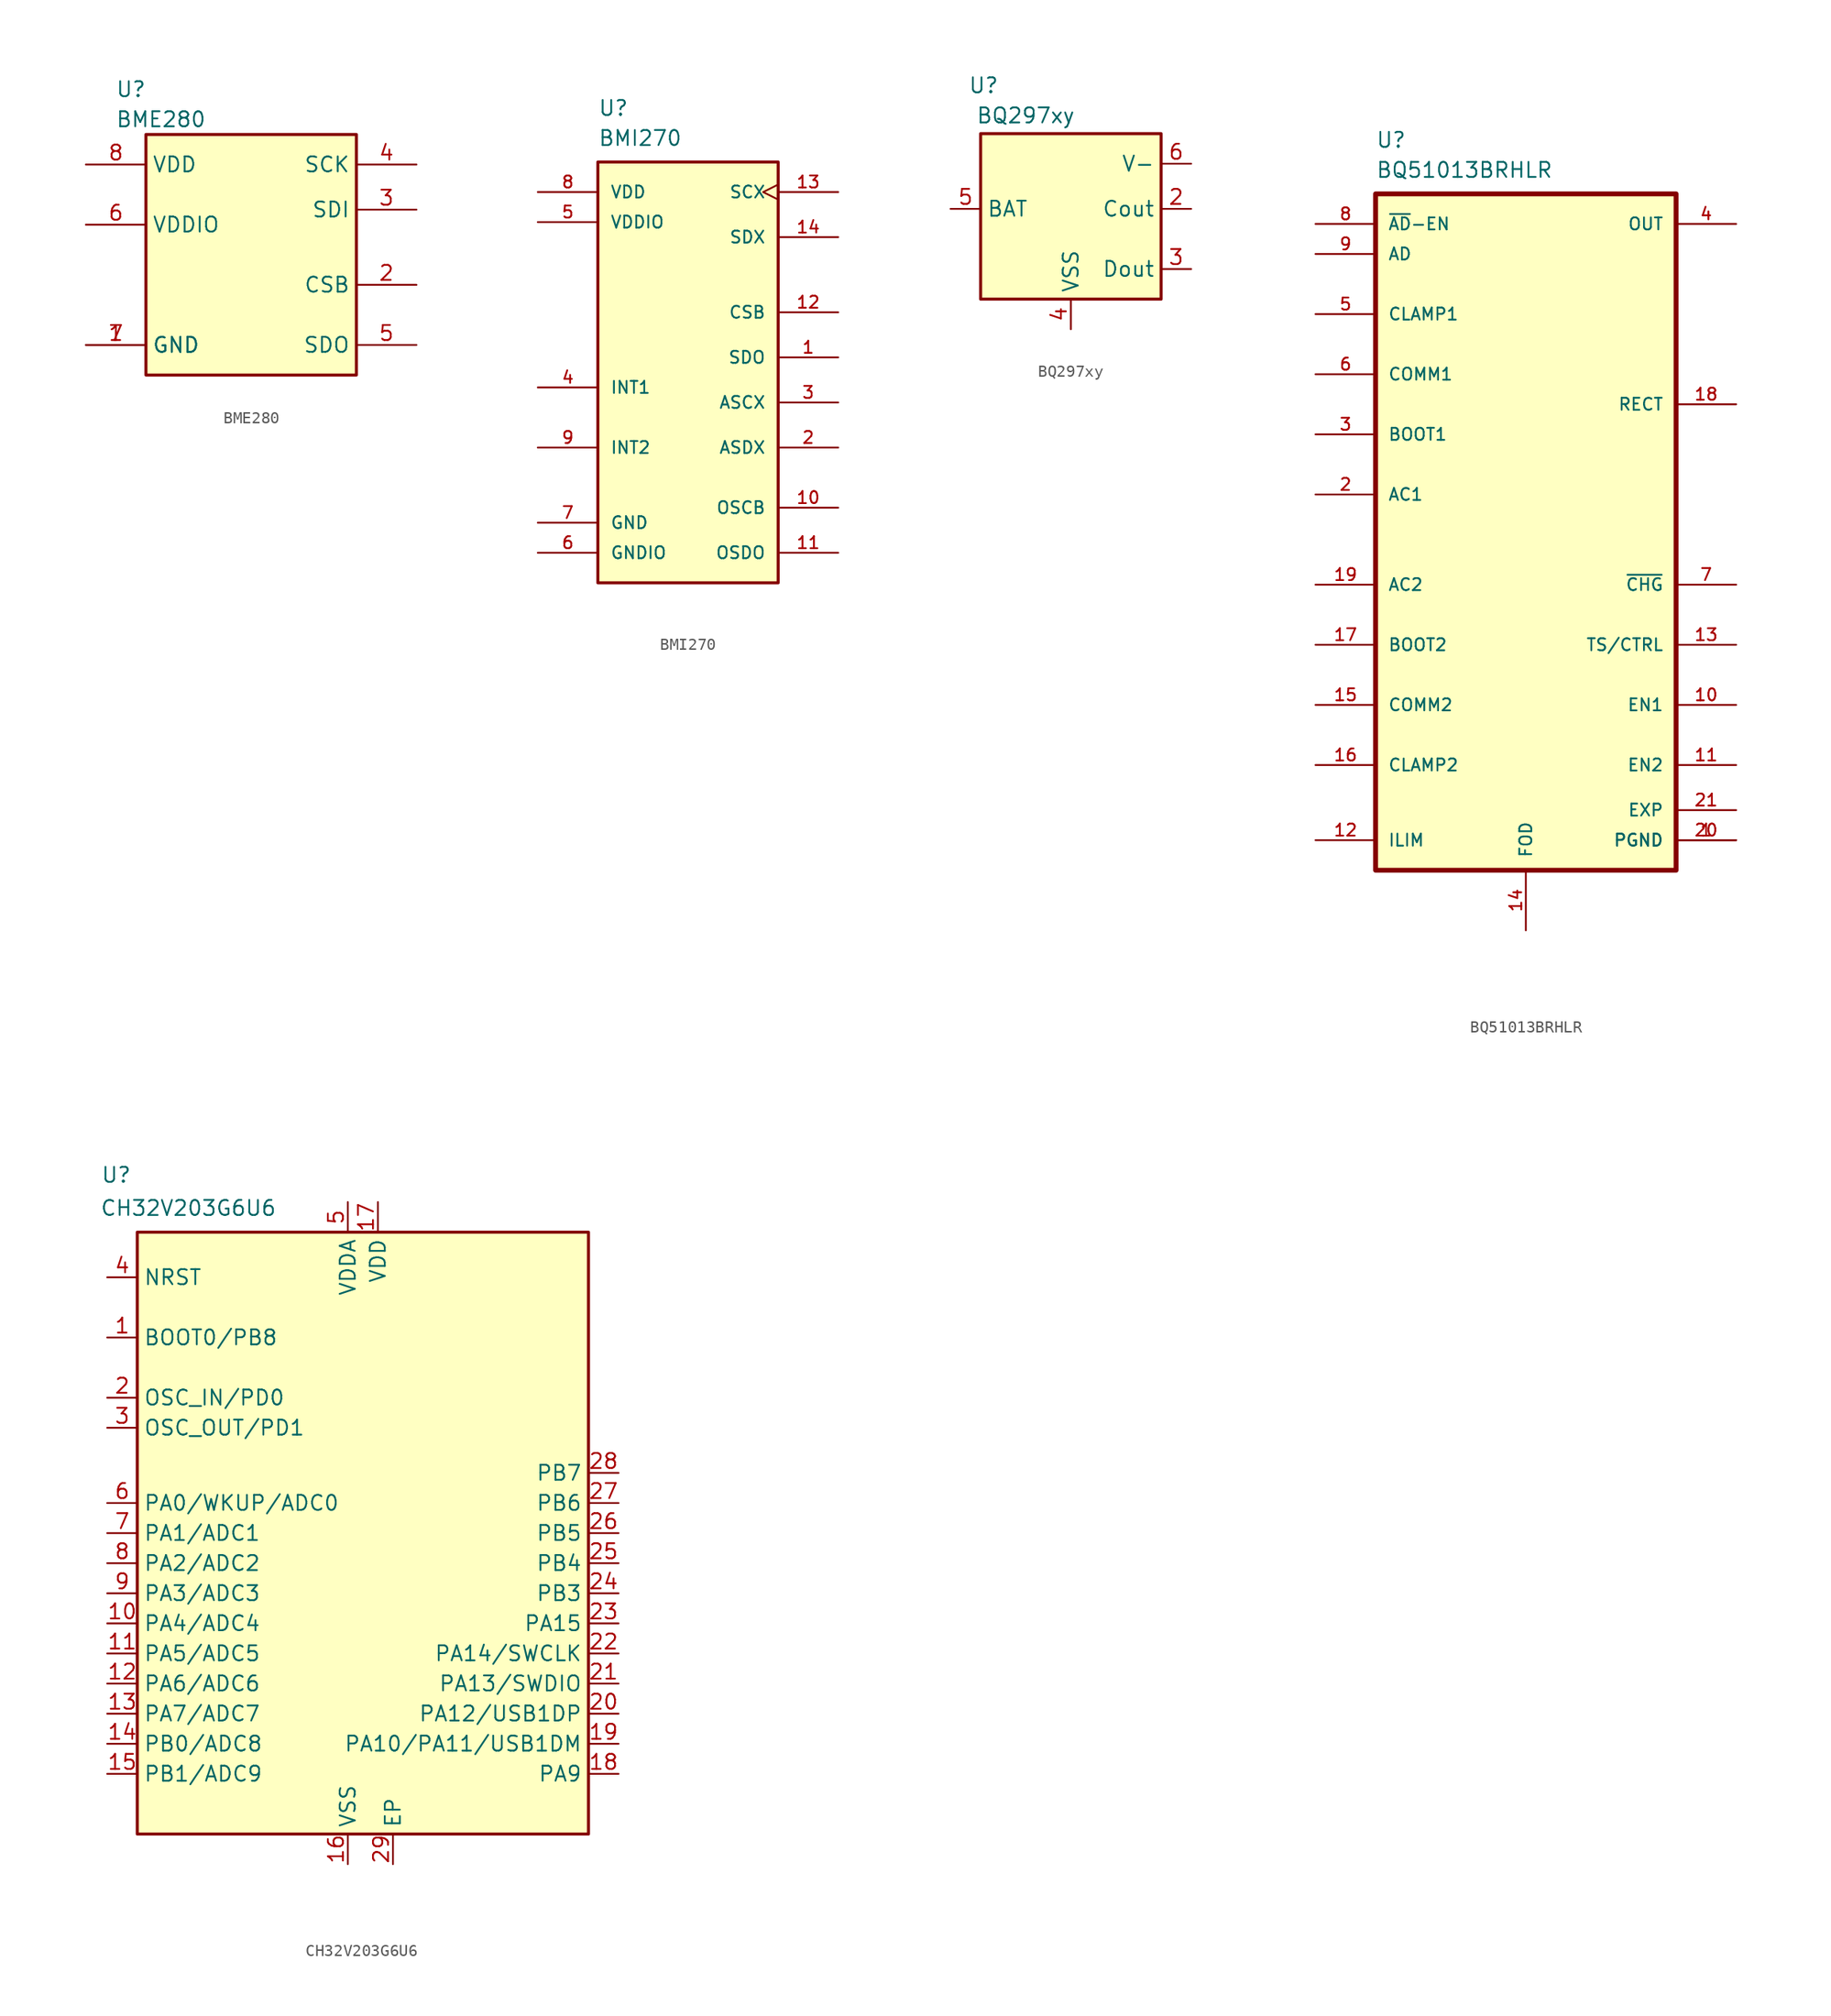
<source format=kicad_sym>
(kicad_symbol_lib
  (version 20241209)
  (generator "kicad_symbol_editor")
  (generator_version "9.0")
  (symbol "BME280"
    (property "Reference" "U"
      (at -10.16 13.97 0)
      (effects (font (size 1.27 1.27))))
    (property "Value" "BME280"
      (at -7.62 11.43 0)
      (effects (font (size 1.27 1.27))))
    (symbol "BME280_0_1"
      (rectangle (start -8.89 10.16) (end 8.89 -10.16) (stroke (width 0.254) (type default)) (fill (type background))))
    (symbol "BME280_1_1"
      (pin power_in line (at -13.97 7.62 0) (length 5.08) (name "VDD" (effects (font (size 1.27 1.27)))) (number "8" (effects (font (size 1.27 1.27)))))
      (pin power_in line (at -13.97 2.54 0) (length 5.08) (name "VDDIO" (effects (font (size 1.27 1.27)))) (number "6" (effects (font (size 1.27 1.27)))))
      (pin power_in line (at -13.97 -7.62 0) (length 5.08) (name "GND" (effects (font (size 1.27 1.27)))) (number "1" (effects (font (size 1.27 1.27)))))
      (pin power_in line (at -13.97 -7.62 0) (length 5.08) (name "GND" (effects (font (size 1.27 1.27)))) (number "7" (effects (font (size 1.27 1.27)))))
      (pin input line (at 13.97 7.62 180) (length 5.08) (name "SCK" (effects (font (size 1.27 1.27)))) (number "4" (effects (font (size 1.27 1.27)))))
      (pin bidirectional line (at 13.97 3.81 180) (length 5.08) (name "SDI" (effects (font (size 1.27 1.27)))) (number "3" (effects (font (size 1.27 1.27)))))
      (pin input line (at 13.97 -2.54 180) (length 5.08) (name "CSB" (effects (font (size 1.27 1.27)))) (number "2" (effects (font (size 1.27 1.27)))))
      (pin bidirectional line (at 13.97 -7.62 180) (length 5.08) (name "SDO" (effects (font (size 1.27 1.27)))) (number "5" (effects (font (size 1.27 1.27)))))))
  (symbol "BMI270"
    (pin_names
      (offset 1.016))
    (property "Reference" "U"
      (at -7.62 21.59 0)
      (effects (font (size 1.27 1.27)) (justify left bottom)))
    (property "Value" "BMI270"
      (at -7.62 19.05 0)
      (effects (font (size 1.27 1.27)) (justify left bottom)))
    (symbol "BMI270_0_0"
      (rectangle (start -7.62 17.78) (end 7.62 -17.78) (stroke (width 0.254) (type default)) (fill (type background)))
      (pin power_in line (at -12.7 15.24 0) (length 5.08) (name "VDD" (effects (font (size 1.016 1.016)))) (number "8" (effects (font (size 1.016 1.016)))))
      (pin power_in line (at -12.7 12.7 0) (length 5.08) (name "VDDIO" (effects (font (size 1.016 1.016)))) (number "5" (effects (font (size 1.016 1.016)))))
      (pin bidirectional line (at -12.7 -1.27 0) (length 5.08) (name "INT1" (effects (font (size 1.016 1.016)))) (number "4" (effects (font (size 1.016 1.016)))))
      (pin bidirectional line (at -12.7 -6.35 0) (length 5.08) (name "INT2" (effects (font (size 1.016 1.016)))) (number "9" (effects (font (size 1.016 1.016)))))
      (pin power_in line (at -12.7 -12.7 0) (length 5.08) (name "GND" (effects (font (size 1.016 1.016)))) (number "7" (effects (font (size 1.016 1.016)))))
      (pin power_in line (at -12.7 -15.24 0) (length 5.08) (name "GNDIO" (effects (font (size 1.016 1.016)))) (number "6" (effects (font (size 1.016 1.016)))))
      (pin input clock (at 12.7 15.24 180) (length 5.08) (name "SCX" (effects (font (size 1.016 1.016)))) (number "13" (effects (font (size 1.016 1.016)))))
      (pin bidirectional line (at 12.7 11.43 180) (length 5.08) (name "SDX" (effects (font (size 1.016 1.016)))) (number "14" (effects (font (size 1.016 1.016)))))
      (pin input line (at 12.7 5.08 180) (length 5.08) (name "CSB" (effects (font (size 1.016 1.016)))) (number "12" (effects (font (size 1.016 1.016)))))
      (pin bidirectional line (at 12.7 1.27 180) (length 5.08) (name "SDO" (effects (font (size 1.016 1.016)))) (number "1" (effects (font (size 1.016 1.016)))))
      (pin bidirectional line (at 12.7 -2.54 180) (length 5.08) (name "ASCX" (effects (font (size 1.016 1.016)))) (number "3" (effects (font (size 1.016 1.016)))))
      (pin bidirectional line (at 12.7 -6.35 180) (length 5.08) (name "ASDX" (effects (font (size 1.016 1.016)))) (number "2" (effects (font (size 1.016 1.016)))))
      (pin input line (at 12.7 -11.43 180) (length 5.08) (name "OSCB" (effects (font (size 1.016 1.016)))) (number "10" (effects (font (size 1.016 1.016)))))
      (pin output line (at 12.7 -15.24 180) (length 5.08) (name "OSDO" (effects (font (size 1.016 1.016)))) (number "11" (effects (font (size 1.016 1.016)))))))
  (symbol "BQ297xy"
    (property "Reference" "U"
      (at -7.366 9.144 0)
      (effects (font (size 1.27 1.27))))
    (property "Value" "BQ297xy"
      (at -3.81 6.604 0)
      (effects (font (size 1.27 1.27))))
    (symbol "BQ297xy_0_1"
      (rectangle (start -7.62 5.08) (end 7.62 -8.89) (stroke (width 0.254) (type default)) (fill (type background))))
    (symbol "BQ297xy_1_1"
      (pin input line (at -10.16 -1.27 0) (length 2.54) (name "BAT" (effects (font (size 1.27 1.27)))) (number "5" (effects (font (size 1.27 1.27)))))
      (pin power_in line (at 0 -11.43 90) (length 2.54) (name "VSS" (effects (font (size 1.27 1.27)))) (number "4" (effects (font (size 1.27 1.27)))))
      (pin no_connect line (at 7.62 -3.81 180) (length 2.54) (hide yes) (name "NC" (effects (font (size 1.27 1.27)))) (number "1" (effects (font (size 1.27 1.27)))))
      (pin input line (at 10.16 2.54 180) (length 2.54) (name "V-" (effects (font (size 1.27 1.27)))) (number "6" (effects (font (size 1.27 1.27)))))
      (pin output line (at 10.16 -1.27 180) (length 2.54) (name "Cout" (effects (font (size 1.27 1.27)))) (number "2" (effects (font (size 1.27 1.27)))))
      (pin output line (at 10.16 -6.35 180) (length 2.54) (name "Dout" (effects (font (size 1.27 1.27)))) (number "3" (effects (font (size 1.27 1.27)))))))
  (symbol "BQ51013BRHLR"
    (pin_names
      (offset 1.016))
    (property "Reference" "U"
      (at -12.7 31.75 0)
      (effects (font (size 1.27 1.27)) (justify left bottom)))
    (property "Value" "BQ51013BRHLR"
      (at -12.7 29.21 0)
      (effects (font (size 1.27 1.27)) (justify left bottom)))
    (symbol "BQ51013BRHLR_0_0"
      (rectangle (start -12.7 27.94) (end 12.7 -29.21) (stroke (width 0.41) (type default)) (fill (type background)))
      (pin output line (at -17.78 25.4 0) (length 5.08) (name "~{AD}-EN" (effects (font (size 1.016 1.016)))) (number "8" (effects (font (size 1.016 1.016)))))
      (pin input line (at -17.78 22.86 0) (length 5.08) (name "AD" (effects (font (size 1.016 1.016)))) (number "9" (effects (font (size 1.016 1.016)))))
      (pin output line (at -17.78 17.78 0) (length 5.08) (name "CLAMP1" (effects (font (size 1.016 1.016)))) (number "5" (effects (font (size 1.016 1.016)))))
      (pin output line (at -17.78 12.7 0) (length 5.08) (name "COMM1" (effects (font (size 1.016 1.016)))) (number "6" (effects (font (size 1.016 1.016)))))
      (pin output line (at -17.78 7.62 0) (length 5.08) (name "BOOT1" (effects (font (size 1.016 1.016)))) (number "3" (effects (font (size 1.016 1.016)))))
      (pin input line (at -17.78 2.54 0) (length 5.08) (name "AC1" (effects (font (size 1.016 1.016)))) (number "2" (effects (font (size 1.016 1.016)))))
      (pin input line (at -17.78 -5.08 0) (length 5.08) (name "AC2" (effects (font (size 1.016 1.016)))) (number "19" (effects (font (size 1.016 1.016)))))
      (pin output line (at -17.78 -10.16 0) (length 5.08) (name "BOOT2" (effects (font (size 1.016 1.016)))) (number "17" (effects (font (size 1.016 1.016)))))
      (pin output line (at -17.78 -15.24 0) (length 5.08) (name "COMM2" (effects (font (size 1.016 1.016)))) (number "15" (effects (font (size 1.016 1.016)))))
      (pin output line (at -17.78 -20.32 0) (length 5.08) (name "CLAMP2" (effects (font (size 1.016 1.016)))) (number "16" (effects (font (size 1.016 1.016)))))
      (pin bidirectional line (at -17.78 -26.67 0) (length 5.08) (name "ILIM" (effects (font (size 1.016 1.016)))) (number "12" (effects (font (size 1.016 1.016)))))
      (pin input line (at 0 -34.29 90) (length 5.08) (name "FOD" (effects (font (size 1.016 1.016)))) (number "14" (effects (font (size 1.016 1.016)))))
      (pin output line (at 17.78 25.4 180) (length 5.08) (name "OUT" (effects (font (size 1.016 1.016)))) (number "4" (effects (font (size 1.016 1.016)))))
      (pin output line (at 17.78 10.16 180) (length 5.08) (name "RECT" (effects (font (size 1.016 1.016)))) (number "18" (effects (font (size 1.016 1.016)))))
      (pin output line (at 17.78 -5.08 180) (length 5.08) (name "~{CHG}" (effects (font (size 1.016 1.016)))) (number "7" (effects (font (size 1.016 1.016)))))
      (pin input line (at 17.78 -10.16 180) (length 5.08) (name "TS/CTRL" (effects (font (size 1.016 1.016)))) (number "13" (effects (font (size 1.016 1.016)))))
      (pin input line (at 17.78 -15.24 180) (length 5.08) (name "EN1" (effects (font (size 1.016 1.016)))) (number "10" (effects (font (size 1.016 1.016)))))
      (pin input line (at 17.78 -20.32 180) (length 5.08) (name "EN2" (effects (font (size 1.016 1.016)))) (number "11" (effects (font (size 1.016 1.016)))))
      (pin power_in line (at 17.78 -24.13 180) (length 5.08) (name "EXP" (effects (font (size 1.016 1.016)))) (number "21" (effects (font (size 1.016 1.016)))))
      (pin power_in line (at 17.78 -26.67 180) (length 5.08) (name "PGND" (effects (font (size 1.016 1.016)))) (number "1" (effects (font (size 1.016 1.016)))))
      (pin power_in line (at 17.78 -26.67 180) (length 5.08) (name "PGND" (effects (font (size 1.016 1.016)))) (number "20" (effects (font (size 1.016 1.016)))))))
  (symbol "CH32V203G6U6"
    (property "Reference" "U"
      (at -20.828 44.196 0)
      (effects (font (size 1.27 1.27))))
    (property "Value" "CH32V203G6U6"
      (at -14.732 41.402 0)
      (effects (font (size 1.27 1.27))))
    (symbol "CH32V203G6U6_1_1"
      (rectangle (start -19.05 39.37) (end 19.05 -11.43) (stroke (width 0.254) (type default)) (fill (type background)))
      (pin bidirectional line (at -21.59 35.56 0) (length 2.54) (name "NRST" (effects (font (size 1.27 1.27)))) (number "4" (effects (font (size 1.27 1.27)))))
      (pin bidirectional line (at -21.59 30.48 0) (length 2.54) (name "BOOT0/PB8" (effects (font (size 1.27 1.27)))) (number "1" (effects (font (size 1.27 1.27)))))
      (pin bidirectional line (at -21.59 25.4 0) (length 2.54) (name "OSC_IN/PD0" (effects (font (size 1.27 1.27)))) (number "2" (effects (font (size 1.27 1.27)))))
      (pin bidirectional line (at -21.59 22.86 0) (length 2.54) (name "OSC_OUT/PD1" (effects (font (size 1.27 1.27)))) (number "3" (effects (font (size 1.27 1.27)))))
      (pin bidirectional line (at -21.59 16.51 0) (length 2.54) (name "PA0/WKUP/ADC0" (effects (font (size 1.27 1.27)))) (number "6" (effects (font (size 1.27 1.27)))))
      (pin bidirectional line (at -21.59 13.97 0) (length 2.54) (name "PA1/ADC1" (effects (font (size 1.27 1.27)))) (number "7" (effects (font (size 1.27 1.27)))))
      (pin bidirectional line (at -21.59 11.43 0) (length 2.54) (name "PA2/ADC2" (effects (font (size 1.27 1.27)))) (number "8" (effects (font (size 1.27 1.27)))))
      (pin bidirectional line (at -21.59 8.89 0) (length 2.54) (name "PA3/ADC3" (effects (font (size 1.27 1.27)))) (number "9" (effects (font (size 1.27 1.27)))))
      (pin bidirectional line (at -21.59 6.35 0) (length 2.54) (name "PA4/ADC4" (effects (font (size 1.27 1.27)))) (number "10" (effects (font (size 1.27 1.27)))))
      (pin bidirectional line (at -21.59 3.81 0) (length 2.54) (name "PA5/ADC5" (effects (font (size 1.27 1.27)))) (number "11" (effects (font (size 1.27 1.27)))))
      (pin bidirectional line (at -21.59 1.27 0) (length 2.54) (name "PA6/ADC6" (effects (font (size 1.27 1.27)))) (number "12" (effects (font (size 1.27 1.27)))))
      (pin bidirectional line (at -21.59 -1.27 0) (length 2.54) (name "PA7/ADC7" (effects (font (size 1.27 1.27)))) (number "13" (effects (font (size 1.27 1.27)))))
      (pin bidirectional line (at -21.59 -3.81 0) (length 2.54) (name "PB0/ADC8" (effects (font (size 1.27 1.27)))) (number "14" (effects (font (size 1.27 1.27)))))
      (pin bidirectional line (at -21.59 -6.35 0) (length 2.54) (name "PB1/ADC9" (effects (font (size 1.27 1.27)))) (number "15" (effects (font (size 1.27 1.27)))))
      (pin power_in line (at -1.27 41.91 270) (length 2.54) (name "VDDA" (effects (font (size 1.27 1.27)))) (number "5" (effects (font (size 1.27 1.27)))))
      (pin power_in line (at -1.27 -13.97 90) (length 2.54) (name "VSS" (effects (font (size 1.27 1.27)))) (number "16" (effects (font (size 1.27 1.27)))))
      (pin power_in line (at 1.27 41.91 270) (length 2.54) (name "VDD" (effects (font (size 1.27 1.27)))) (number "17" (effects (font (size 1.27 1.27)))))
      (pin unspecified line (at 2.54 -13.97 90) (length 2.54) (name "EP" (effects (font (size 1.27 1.27)))) (number "29" (effects (font (size 1.27 1.27)))))
      (pin bidirectional line (at 21.59 19.05 180) (length 2.54) (name "PB7" (effects (font (size 1.27 1.27)))) (number "28" (effects (font (size 1.27 1.27)))))
      (pin bidirectional line (at 21.59 16.51 180) (length 2.54) (name "PB6" (effects (font (size 1.27 1.27)))) (number "27" (effects (font (size 1.27 1.27)))))
      (pin bidirectional line (at 21.59 13.97 180) (length 2.54) (name "PB5" (effects (font (size 1.27 1.27)))) (number "26" (effects (font (size 1.27 1.27)))))
      (pin bidirectional line (at 21.59 11.43 180) (length 2.54) (name "PB4" (effects (font (size 1.27 1.27)))) (number "25" (effects (font (size 1.27 1.27)))))
      (pin bidirectional line (at 21.59 8.89 180) (length 2.54) (name "PB3" (effects (font (size 1.27 1.27)))) (number "24" (effects (font (size 1.27 1.27)))))
      (pin bidirectional line (at 21.59 6.35 180) (length 2.54) (name "PA15" (effects (font (size 1.27 1.27)))) (number "23" (effects (font (size 1.27 1.27)))))
      (pin bidirectional line (at 21.59 3.81 180) (length 2.54) (name "PA14/SWCLK" (effects (font (size 1.27 1.27)))) (number "22" (effects (font (size 1.27 1.27)))))
      (pin bidirectional line (at 21.59 1.27 180) (length 2.54) (name "PA13/SWDIO" (effects (font (size 1.27 1.27)))) (number "21" (effects (font (size 1.27 1.27)))))
      (pin bidirectional line (at 21.59 -1.27 180) (length 2.54) (name "PA12/USB1DP" (effects (font (size 1.27 1.27)))) (number "20" (effects (font (size 1.27 1.27)))))
      (pin bidirectional line (at 21.59 -3.81 180) (length 2.54) (name "PA10/PA11/USB1DM" (effects (font (size 1.27 1.27)))) (number "19" (effects (font (size 1.27 1.27)))))
      (pin bidirectional line (at 21.59 -6.35 180) (length 2.54) (name "PA9" (effects (font (size 1.27 1.27)))) (number "18" (effects (font (size 1.27 1.27))))))))
</source>
